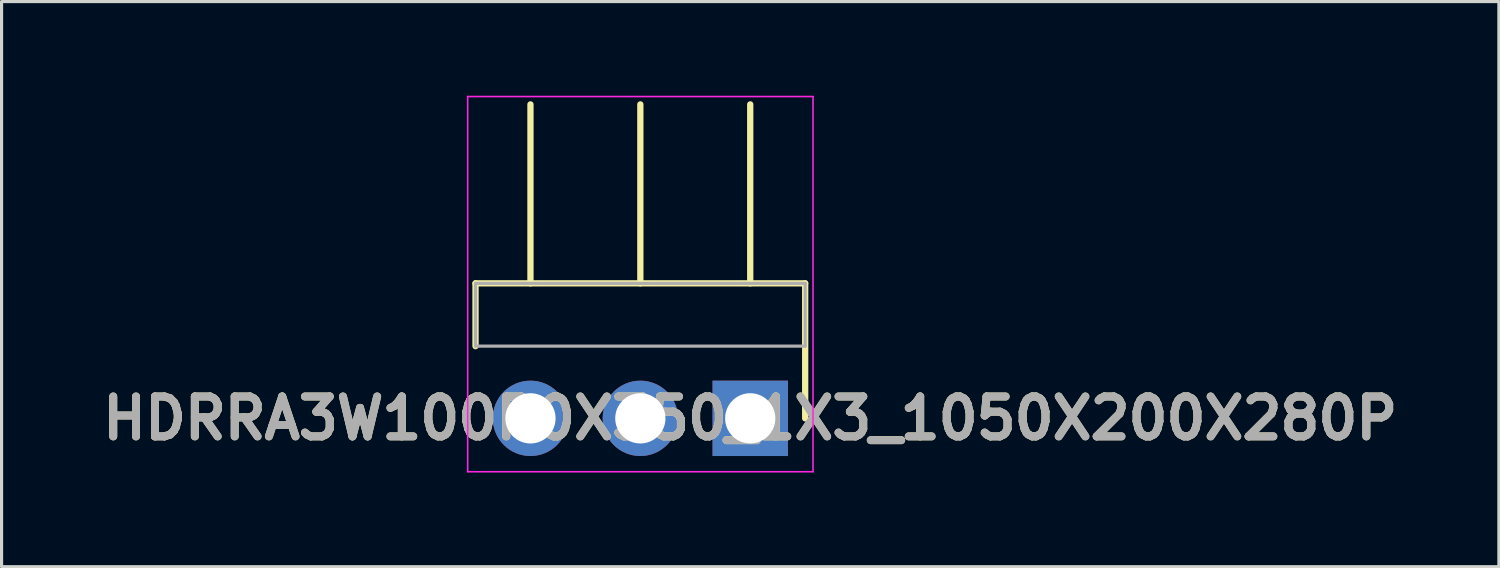
<source format=kicad_pcb>
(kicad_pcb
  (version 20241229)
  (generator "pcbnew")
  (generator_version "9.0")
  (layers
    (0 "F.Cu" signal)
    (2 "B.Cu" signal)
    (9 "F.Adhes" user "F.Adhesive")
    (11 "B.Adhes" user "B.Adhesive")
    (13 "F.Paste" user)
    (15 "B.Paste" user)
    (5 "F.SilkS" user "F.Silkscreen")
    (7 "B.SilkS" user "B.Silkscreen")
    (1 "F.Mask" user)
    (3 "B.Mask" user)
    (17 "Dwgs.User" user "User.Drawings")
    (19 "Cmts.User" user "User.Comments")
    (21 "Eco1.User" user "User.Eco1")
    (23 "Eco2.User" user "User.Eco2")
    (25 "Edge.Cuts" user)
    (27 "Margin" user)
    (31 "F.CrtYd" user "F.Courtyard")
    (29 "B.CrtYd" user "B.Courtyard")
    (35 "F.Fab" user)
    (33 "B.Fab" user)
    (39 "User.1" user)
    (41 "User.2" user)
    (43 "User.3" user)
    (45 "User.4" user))
  (footprint "HDRRA3W100P0X350_1X3_1050X200X280P"
    (layer "F.Cu")
    (at 20.846 10.275)
    (property "Reference" "HDRRA3W100P0X350_1X3_1050X200X280P" (at 0 0 0) (layer "F.SilkS") (effects (font (size 1.27 1.27) (thickness 0.254))))
    (attr through_hole)
    (fp_line (start -8.75 -4.3) (end -8.75 -2.3) (stroke (width 0.2) (type solid)) (layer "F.SilkS"))
    (fp_line (start -7 -4.3) (end -7 -10) (stroke (width 0.2) (type solid)) (layer "F.SilkS"))
    (fp_line (start -3.5 -4.3) (end -3.5 -10) (stroke (width 0.2) (type solid)) (layer "F.SilkS"))
    (fp_line (start 0 -4.3) (end 0 -10) (stroke (width 0.2) (type solid)) (layer "F.SilkS"))
    (fp_line (start 1.75 -4.3) (end -8.75 -4.3) (stroke (width 0.2) (type solid)) (layer "F.SilkS"))
    (fp_line (start 1.75 0) (end 1.75 -4.3) (stroke (width 0.2) (type solid)) (layer "F.SilkS"))
    (fp_line (start -9 -10.25) (end 2 -10.25) (stroke (width 0.05) (type solid)) (layer "F.CrtYd"))
    (fp_line (start -9 1.7) (end -9 -10.25) (stroke (width 0.05) (type solid)) (layer "F.CrtYd"))
    (fp_line (start 2 -10.25) (end 2 1.7) (stroke (width 0.05) (type solid)) (layer "F.CrtYd"))
    (fp_line (start 2 1.7) (end -9 1.7) (stroke (width 0.05) (type solid)) (layer "F.CrtYd"))
    (fp_line (start -8.75 -4.3) (end 1.75 -4.3) (stroke (width 0.1) (type solid)) (layer "F.Fab"))
    (fp_line (start -8.75 -2.3) (end -8.75 -4.3) (stroke (width 0.1) (type solid)) (layer "F.Fab"))
    (fp_line (start 1.75 -4.3) (end 1.75 -2.3) (stroke (width 0.1) (type solid)) (layer "F.Fab"))
    (fp_line (start 1.75 -2.3) (end -8.75 -2.3) (stroke (width 0.1) (type solid)) (layer "F.Fab"))
    (fp_text user "${REFERENCE}" (at 0 0 0) (layer "F.Fab") (effects (font (size 1.27 1.27) (thickness 0.254))))
    (pad "1" thru_hole rect (at 0 0) (size 2.4 2.4) (drill 1.6) (layers "*.Cu" "*.Mask"))
    (pad "2" thru_hole circle (at -3.5 0) (size 2.4 2.4) (drill 1.6) (layers "*.Cu" "*.Mask"))
    (pad "3" thru_hole circle (at -7 0) (size 2.4 2.4) (drill 1.6) (layers "*.Cu" "*.Mask")))
  (gr_rect
    (start -3 -3)
    (end 44.692 15)
    (stroke (width 0.1) (type default))
    (fill no)
    (layer "Edge.Cuts")))
</source>
